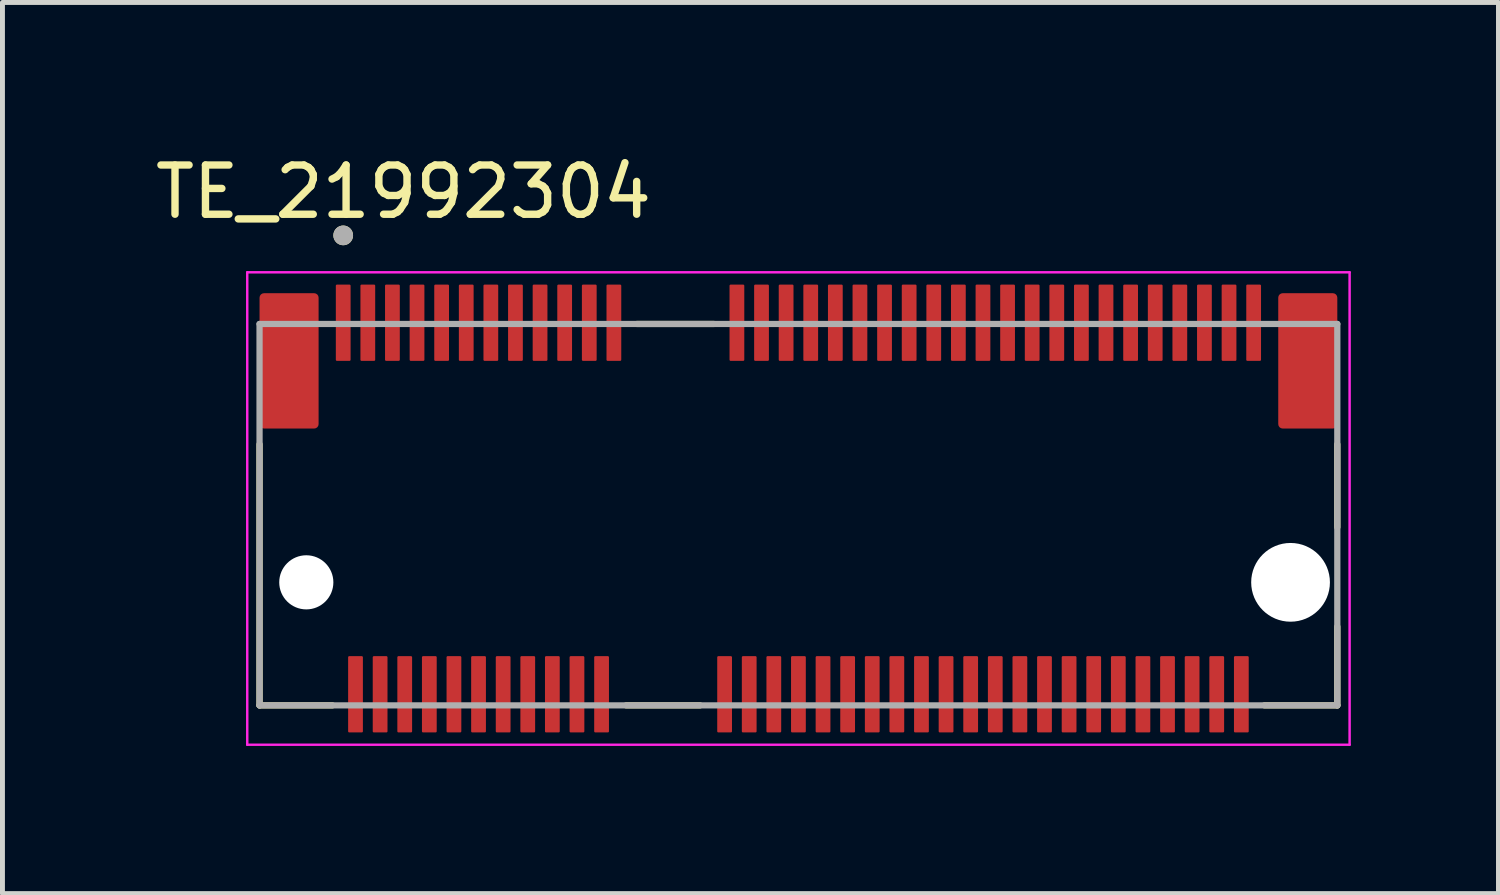
<source format=kicad_pcb>
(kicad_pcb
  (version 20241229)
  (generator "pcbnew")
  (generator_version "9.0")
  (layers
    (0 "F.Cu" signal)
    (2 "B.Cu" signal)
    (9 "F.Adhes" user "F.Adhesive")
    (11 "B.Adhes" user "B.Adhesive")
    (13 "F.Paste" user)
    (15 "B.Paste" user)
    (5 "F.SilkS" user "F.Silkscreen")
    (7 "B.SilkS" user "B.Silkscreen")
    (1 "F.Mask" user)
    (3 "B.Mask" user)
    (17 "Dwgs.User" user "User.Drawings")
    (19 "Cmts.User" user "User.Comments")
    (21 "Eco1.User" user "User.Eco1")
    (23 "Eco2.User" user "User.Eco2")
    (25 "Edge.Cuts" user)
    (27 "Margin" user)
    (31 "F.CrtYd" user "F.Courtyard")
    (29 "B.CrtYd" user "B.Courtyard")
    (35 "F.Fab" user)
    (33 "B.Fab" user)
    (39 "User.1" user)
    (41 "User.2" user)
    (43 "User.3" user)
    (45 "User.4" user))
  (footprint "TE_21992304"
    (layer "F.Cu")
    (at 13.174 8.783)
    (property "Reference" "TE_21992304" (at -8.025 -7.935 0) (layer "F.SilkS") (effects (font (size 1 1) (thickness 0.15))))
    (attr smd)
    (fp_line (start -10.95 2.5) (end -10.95 -2.805) (stroke (width 0.127) (type solid)) (layer "F.SilkS"))
    (fp_line (start -10.95 2.5) (end -9.47 2.5) (stroke (width 0.127) (type solid)) (layer "F.SilkS"))
    (fp_line (start -3.5 2.5) (end -2 2.5) (stroke (width 0.127) (type solid)) (layer "F.SilkS"))
    (fp_line (start -3.28 -5.25) (end -1.72 -5.25) (stroke (width 0.127) (type solid)) (layer "F.SilkS"))
    (fp_line (start 9.47 2.5) (end 10.95 2.5) (stroke (width 0.127) (type solid)) (layer "F.SilkS"))
    (fp_line (start 10.95 -2.805) (end 10.95 -1.12) (stroke (width 0.127) (type solid)) (layer "F.SilkS"))
    (fp_line (start 10.95 2.5) (end 10.95 0.9) (stroke (width 0.127) (type solid)) (layer "F.SilkS"))
    (fp_circle (center -9.25 -7.05) (end -9.15 -7.05) (stroke (width 0.2) (type solid)) (fill no) (layer "F.SilkS"))
    (fp_line (start -11.2 -6.3) (end -11.2 3.3) (stroke (width 0.05) (type solid)) (layer "F.CrtYd"))
    (fp_line (start -11.2 3.3) (end 11.2 3.3) (stroke (width 0.05) (type solid)) (layer "F.CrtYd"))
    (fp_line (start 11.2 -6.3) (end -11.2 -6.3) (stroke (width 0.05) (type solid)) (layer "F.CrtYd"))
    (fp_line (start 11.2 3.3) (end 11.2 -6.3) (stroke (width 0.05) (type solid)) (layer "F.CrtYd"))
    (fp_line (start -10.95 -5.25) (end 10.95 -5.25) (stroke (width 0.127) (type solid)) (layer "F.Fab"))
    (fp_line (start -10.95 2.5) (end -10.95 -5.25) (stroke (width 0.127) (type solid)) (layer "F.Fab"))
    (fp_line (start 10.95 -5.25) (end 10.95 2.5) (stroke (width 0.127) (type solid)) (layer "F.Fab"))
    (fp_line (start 10.95 2.5) (end -10.95 2.5) (stroke (width 0.127) (type solid)) (layer "F.Fab"))
    (fp_circle (center -9.25 -7.05) (end -9.15 -7.05) (stroke (width 0.2) (type solid)) (fill no) (layer "F.Fab"))
    (pad "" np_thru_hole circle (at -10 0) (size 1.1 1.1) (drill 1.1) (layers "*.Cu" "*.Mask"))
    (pad "" np_thru_hole circle (at 10 0) (size 1.6 1.6) (drill 1.6) (layers "*.Cu" "*.Mask"))
    (pad "1" smd roundrect (at -9.25 -5.275) (size 0.3 1.55) (layers "F.Cu" "F.Mask" "F.Paste") (roundrect_rratio 0.075))
    (pad "2" smd roundrect (at -9 2.275) (size 0.3 1.55) (layers "F.Cu" "F.Mask" "F.Paste") (roundrect_rratio 0.075))
    (pad "3" smd roundrect (at -8.75 -5.275) (size 0.3 1.55) (layers "F.Cu" "F.Mask" "F.Paste") (roundrect_rratio 0.075))
    (pad "4" smd roundrect (at -8.5 2.275) (size 0.3 1.55) (layers "F.Cu" "F.Mask" "F.Paste") (roundrect_rratio 0.075))
    (pad "5" smd roundrect (at -8.25 -5.275) (size 0.3 1.55) (layers "F.Cu" "F.Mask" "F.Paste") (roundrect_rratio 0.075))
    (pad "6" smd roundrect (at -8 2.275) (size 0.3 1.55) (layers "F.Cu" "F.Mask" "F.Paste") (roundrect_rratio 0.075))
    (pad "7" smd roundrect (at -7.75 -5.275) (size 0.3 1.55) (layers "F.Cu" "F.Mask" "F.Paste") (roundrect_rratio 0.075))
    (pad "8" smd roundrect (at -7.5 2.275) (size 0.3 1.55) (layers "F.Cu" "F.Mask" "F.Paste") (roundrect_rratio 0.075))
    (pad "9" smd roundrect (at -7.25 -5.275) (size 0.3 1.55) (layers "F.Cu" "F.Mask" "F.Paste") (roundrect_rratio 0.075))
    (pad "10" smd roundrect (at -7 2.275) (size 0.3 1.55) (layers "F.Cu" "F.Mask" "F.Paste") (roundrect_rratio 0.075))
    (pad "11" smd roundrect (at -6.75 -5.275) (size 0.3 1.55) (layers "F.Cu" "F.Mask" "F.Paste") (roundrect_rratio 0.075))
    (pad "12" smd roundrect (at -6.5 2.275) (size 0.3 1.55) (layers "F.Cu" "F.Mask" "F.Paste") (roundrect_rratio 0.075))
    (pad "13" smd roundrect (at -6.25 -5.275) (size 0.3 1.55) (layers "F.Cu" "F.Mask" "F.Paste") (roundrect_rratio 0.075))
    (pad "14" smd roundrect (at -6 2.275) (size 0.3 1.55) (layers "F.Cu" "F.Mask" "F.Paste") (roundrect_rratio 0.075))
    (pad "15" smd roundrect (at -5.75 -5.275) (size 0.3 1.55) (layers "F.Cu" "F.Mask" "F.Paste") (roundrect_rratio 0.075))
    (pad "16" smd roundrect (at -5.5 2.275) (size 0.3 1.55) (layers "F.Cu" "F.Mask" "F.Paste") (roundrect_rratio 0.075))
    (pad "17" smd roundrect (at -5.25 -5.275) (size 0.3 1.55) (layers "F.Cu" "F.Mask" "F.Paste") (roundrect_rratio 0.075))
    (pad "18" smd roundrect (at -5 2.275) (size 0.3 1.55) (layers "F.Cu" "F.Mask" "F.Paste") (roundrect_rratio 0.075))
    (pad "19" smd roundrect (at -4.75 -5.275) (size 0.3 1.55) (layers "F.Cu" "F.Mask" "F.Paste") (roundrect_rratio 0.075))
    (pad "20" smd roundrect (at -4.5 2.275) (size 0.3 1.55) (layers "F.Cu" "F.Mask" "F.Paste") (roundrect_rratio 0.075))
    (pad "21" smd roundrect (at -4.25 -5.275) (size 0.3 1.55) (layers "F.Cu" "F.Mask" "F.Paste") (roundrect_rratio 0.075))
    (pad "22" smd roundrect (at -4 2.275) (size 0.3 1.55) (layers "F.Cu" "F.Mask" "F.Paste") (roundrect_rratio 0.075))
    (pad "23" smd roundrect (at -3.75 -5.275) (size 0.3 1.55) (layers "F.Cu" "F.Mask" "F.Paste") (roundrect_rratio 0.075))
    (pad "32" smd roundrect (at -1.5 2.275) (size 0.3 1.55) (layers "F.Cu" "F.Mask" "F.Paste") (roundrect_rratio 0.075))
    (pad "33" smd roundrect (at -1.25 -5.275) (size 0.3 1.55) (layers "F.Cu" "F.Mask" "F.Paste") (roundrect_rratio 0.075))
    (pad "34" smd roundrect (at -1 2.275) (size 0.3 1.55) (layers "F.Cu" "F.Mask" "F.Paste") (roundrect_rratio 0.075))
    (pad "35" smd roundrect (at -0.75 -5.275) (size 0.3 1.55) (layers "F.Cu" "F.Mask" "F.Paste") (roundrect_rratio 0.075))
    (pad "36" smd roundrect (at -0.5 2.275) (size 0.3 1.55) (layers "F.Cu" "F.Mask" "F.Paste") (roundrect_rratio 0.075))
    (pad "37" smd roundrect (at -0.25 -5.275) (size 0.3 1.55) (layers "F.Cu" "F.Mask" "F.Paste") (roundrect_rratio 0.075))
    (pad "38" smd roundrect (at 0 2.275) (size 0.3 1.55) (layers "F.Cu" "F.Mask" "F.Paste") (roundrect_rratio 0.075))
    (pad "39" smd roundrect (at 0.25 -5.275) (size 0.3 1.55) (layers "F.Cu" "F.Mask" "F.Paste") (roundrect_rratio 0.075))
    (pad "40" smd roundrect (at 0.5 2.275) (size 0.3 1.55) (layers "F.Cu" "F.Mask" "F.Paste") (roundrect_rratio 0.075))
    (pad "41" smd roundrect (at 0.75 -5.275) (size 0.3 1.55) (layers "F.Cu" "F.Mask" "F.Paste") (roundrect_rratio 0.075))
    (pad "42" smd roundrect (at 1 2.275) (size 0.3 1.55) (layers "F.Cu" "F.Mask" "F.Paste") (roundrect_rratio 0.075))
    (pad "43" smd roundrect (at 1.25 -5.275) (size 0.3 1.55) (layers "F.Cu" "F.Mask" "F.Paste") (roundrect_rratio 0.075))
    (pad "44" smd roundrect (at 1.5 2.275) (size 0.3 1.55) (layers "F.Cu" "F.Mask" "F.Paste") (roundrect_rratio 0.075))
    (pad "45" smd roundrect (at 1.75 -5.275) (size 0.3 1.55) (layers "F.Cu" "F.Mask" "F.Paste") (roundrect_rratio 0.075))
    (pad "46" smd roundrect (at 2 2.275) (size 0.3 1.55) (layers "F.Cu" "F.Mask" "F.Paste") (roundrect_rratio 0.075))
    (pad "47" smd roundrect (at 2.25 -5.275) (size 0.3 1.55) (layers "F.Cu" "F.Mask" "F.Paste") (roundrect_rratio 0.075))
    (pad "48" smd roundrect (at 2.5 2.275) (size 0.3 1.55) (layers "F.Cu" "F.Mask" "F.Paste") (roundrect_rratio 0.075))
    (pad "49" smd roundrect (at 2.75 -5.275) (size 0.3 1.55) (layers "F.Cu" "F.Mask" "F.Paste") (roundrect_rratio 0.075))
    (pad "50" smd roundrect (at 3 2.275) (size 0.3 1.55) (layers "F.Cu" "F.Mask" "F.Paste") (roundrect_rratio 0.075))
    (pad "51" smd roundrect (at 3.25 -5.275) (size 0.3 1.55) (layers "F.Cu" "F.Mask" "F.Paste") (roundrect_rratio 0.075))
    (pad "52" smd roundrect (at 3.5 2.275) (size 0.3 1.55) (layers "F.Cu" "F.Mask" "F.Paste") (roundrect_rratio 0.075))
    (pad "53" smd roundrect (at 3.75 -5.275) (size 0.3 1.55) (layers "F.Cu" "F.Mask" "F.Paste") (roundrect_rratio 0.075))
    (pad "54" smd roundrect (at 4 2.275) (size 0.3 1.55) (layers "F.Cu" "F.Mask" "F.Paste") (roundrect_rratio 0.075))
    (pad "55" smd roundrect (at 4.25 -5.275) (size 0.3 1.55) (layers "F.Cu" "F.Mask" "F.Paste") (roundrect_rratio 0.075))
    (pad "56" smd roundrect (at 4.5 2.275) (size 0.3 1.55) (layers "F.Cu" "F.Mask" "F.Paste") (roundrect_rratio 0.075))
    (pad "57" smd roundrect (at 4.75 -5.275) (size 0.3 1.55) (layers "F.Cu" "F.Mask" "F.Paste") (roundrect_rratio 0.075))
    (pad "58" smd roundrect (at 5 2.275) (size 0.3 1.55) (layers "F.Cu" "F.Mask" "F.Paste") (roundrect_rratio 0.075))
    (pad "59" smd roundrect (at 5.25 -5.275) (size 0.3 1.55) (layers "F.Cu" "F.Mask" "F.Paste") (roundrect_rratio 0.075))
    (pad "60" smd roundrect (at 5.5 2.275) (size 0.3 1.55) (layers "F.Cu" "F.Mask" "F.Paste") (roundrect_rratio 0.075))
    (pad "61" smd roundrect (at 5.75 -5.275) (size 0.3 1.55) (layers "F.Cu" "F.Mask" "F.Paste") (roundrect_rratio 0.075))
    (pad "62" smd roundrect (at 6 2.275) (size 0.3 1.55) (layers "F.Cu" "F.Mask" "F.Paste") (roundrect_rratio 0.075))
    (pad "63" smd roundrect (at 6.25 -5.275) (size 0.3 1.55) (layers "F.Cu" "F.Mask" "F.Paste") (roundrect_rratio 0.075))
    (pad "64" smd roundrect (at 6.5 2.275) (size 0.3 1.55) (layers "F.Cu" "F.Mask" "F.Paste") (roundrect_rratio 0.075))
    (pad "65" smd roundrect (at 6.75 -5.275) (size 0.3 1.55) (layers "F.Cu" "F.Mask" "F.Paste") (roundrect_rratio 0.075))
    (pad "66" smd roundrect (at 7 2.275) (size 0.3 1.55) (layers "F.Cu" "F.Mask" "F.Paste") (roundrect_rratio 0.075))
    (pad "67" smd roundrect (at 7.25 -5.275) (size 0.3 1.55) (layers "F.Cu" "F.Mask" "F.Paste") (roundrect_rratio 0.075))
    (pad "68" smd roundrect (at 7.5 2.275) (size 0.3 1.55) (layers "F.Cu" "F.Mask" "F.Paste") (roundrect_rratio 0.075))
    (pad "69" smd roundrect (at 7.75 -5.275) (size 0.3 1.55) (layers "F.Cu" "F.Mask" "F.Paste") (roundrect_rratio 0.075))
    (pad "70" smd roundrect (at 8 2.275) (size 0.3 1.55) (layers "F.Cu" "F.Mask" "F.Paste") (roundrect_rratio 0.075))
    (pad "71" smd roundrect (at 8.25 -5.275) (size 0.3 1.55) (layers "F.Cu" "F.Mask" "F.Paste") (roundrect_rratio 0.075))
    (pad "72" smd roundrect (at 8.5 2.275) (size 0.3 1.55) (layers "F.Cu" "F.Mask" "F.Paste") (roundrect_rratio 0.075))
    (pad "73" smd roundrect (at 8.75 -5.275) (size 0.3 1.55) (layers "F.Cu" "F.Mask" "F.Paste") (roundrect_rratio 0.075))
    (pad "74" smd roundrect (at 9 2.275) (size 0.3 1.55) (layers "F.Cu" "F.Mask" "F.Paste") (roundrect_rratio 0.075))
    (pad "75" smd roundrect (at 9.25 -5.275) (size 0.3 1.55) (layers "F.Cu" "F.Mask" "F.Paste") (roundrect_rratio 0.075))
    (pad "S1" smd roundrect (at -10.35 -4.5) (size 1.2 2.75) (layers "F.Cu" "F.Mask" "F.Paste") (roundrect_rratio 0.075))
    (pad "S2" smd roundrect (at 10.35 -4.5) (size 1.2 2.75) (layers "F.Cu" "F.Mask" "F.Paste") (roundrect_rratio 0.075)))
  (gr_rect
    (start -3 -3)
    (end 27.399 15.108)
    (stroke (width 0.1) (type default))
    (fill no)
    (layer "Edge.Cuts")))
</source>
